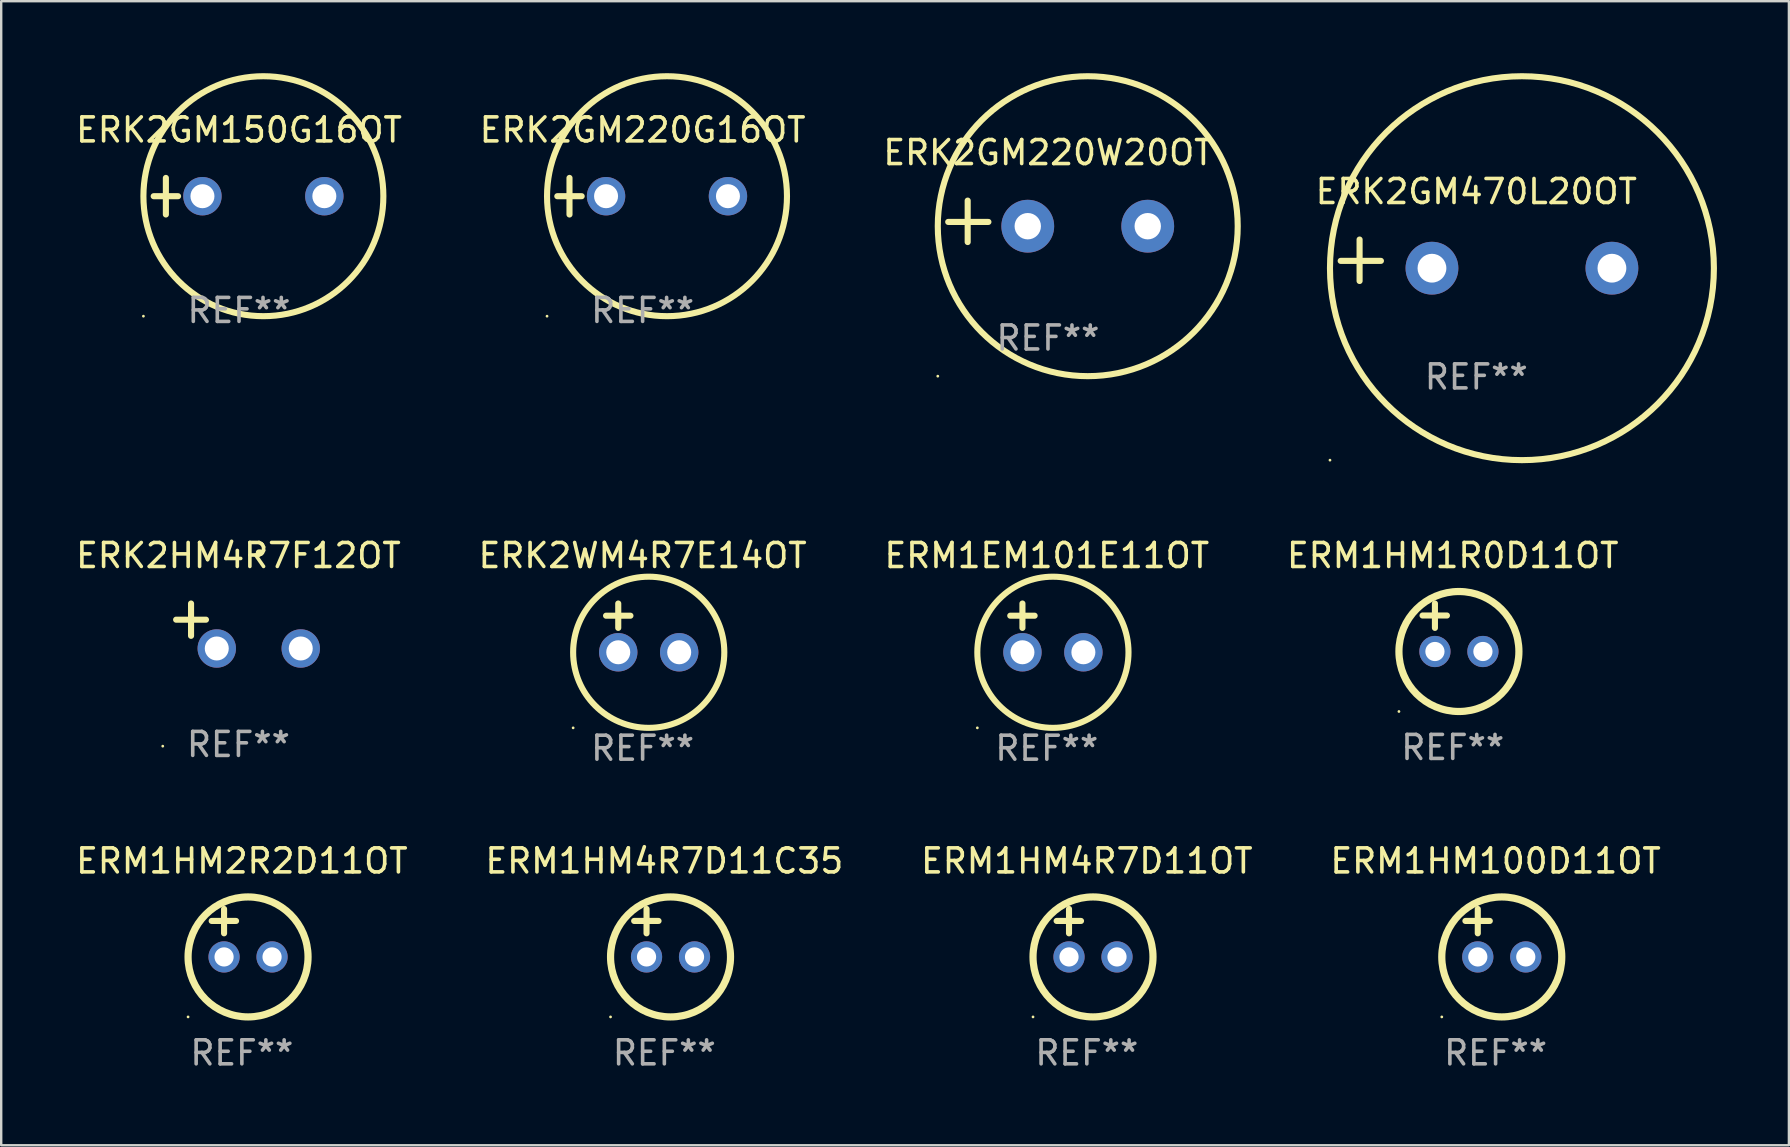
<source format=kicad_pcb>
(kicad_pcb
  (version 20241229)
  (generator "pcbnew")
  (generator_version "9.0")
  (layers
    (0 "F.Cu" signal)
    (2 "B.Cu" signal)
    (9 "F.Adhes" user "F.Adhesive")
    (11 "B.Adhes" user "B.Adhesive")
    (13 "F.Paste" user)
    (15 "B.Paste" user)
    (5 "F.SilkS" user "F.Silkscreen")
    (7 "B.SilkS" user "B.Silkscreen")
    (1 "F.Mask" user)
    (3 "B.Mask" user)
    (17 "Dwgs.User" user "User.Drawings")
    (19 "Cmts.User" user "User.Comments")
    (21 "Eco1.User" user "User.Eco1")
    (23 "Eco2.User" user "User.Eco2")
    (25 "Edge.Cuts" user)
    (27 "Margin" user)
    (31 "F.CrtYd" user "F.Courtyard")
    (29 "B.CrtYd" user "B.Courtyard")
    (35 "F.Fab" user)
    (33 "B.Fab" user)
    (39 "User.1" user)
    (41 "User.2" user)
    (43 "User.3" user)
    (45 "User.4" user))
  (footprint "ERK2GM470L20OT"
    (layer "F.Cu")
    (at 58.476 7.797)
    (property "Reference" "ERK2GM470L20OT" (at 0 -2.864 0) (layer "F.SilkS") (effects (font (size 1 1) (thickness 0.15))))
    (attr through_hole)
    (fp_line (start -4.864 0.864) (end -4.864 -0.864) (stroke (width 0.254) (type solid)) (layer "F.SilkS"))
    (fp_line (start -3.975 0.025) (end -5.652 0.025) (stroke (width 0.254) (type solid)) (layer "F.SilkS"))
    (fp_circle (center -6.098 8.33) (end -6.068 8.33) (stroke (width 0.06) (type solid)) (fill no) (layer "F.SilkS"))
    (fp_circle (center 1.902 0.33) (end 9.902 0.33) (stroke (width 0.254) (type solid)) (fill no) (layer "F.SilkS"))
    (fp_text user "REF**" (at 0 4.864 0) (layer "F.Fab") (effects (font (size 1 1) (thickness 0.15))))
    (pad "1" thru_hole circle (at -1.848 0.33) (size 2.2 2.2) (drill 1.2) (layers "*.Cu" "*.Mask"))
    (pad "2" thru_hole circle (at 5.652 0.33) (size 2.2 2.2) (drill 1.2) (layers "*.Cu" "*.Mask")))
  (footprint "ERM1EM101E11OT"
    (layer "F.Cu")
    (at 40.577 23.118)
    (property "Reference" "ERM1EM101E11OT" (at 0 -3.016 0) (layer "F.SilkS") (effects (font (size 1 1) (thickness 0.15))))
    (attr through_hole)
    (fp_line (start -1.524 -0.508) (end -0.508 -0.508) (stroke (width 0.254) (type solid)) (layer "F.SilkS"))
    (fp_line (start -1.016 -1.016) (end -1.016 0) (stroke (width 0.254) (type solid)) (layer "F.SilkS"))
    (fp_circle (center -2.896 4.166) (end -2.866 4.166) (stroke (width 0.06) (type solid)) (fill no) (layer "F.SilkS"))
    (fp_circle (center 0.254 1.016) (end 3.404 1.016) (stroke (width 0.254) (type solid)) (fill no) (layer "F.SilkS"))
    (fp_text user "REF**" (at 0 5.016 0) (layer "F.Fab") (effects (font (size 1 1) (thickness 0.15))))
    (pad "1" thru_hole circle (at -1.016 1.016) (size 1.6 1.6) (drill 1) (layers "*.Cu" "*.Mask"))
    (pad "2" thru_hole circle (at 1.524 1.016) (size 1.6 1.6) (drill 1) (layers "*.Cu" "*.Mask")))
  (footprint "ERM1HM100D11OT"
    (layer "F.Cu")
    (at 59.28 35.831)
    (property "Reference" "ERM1HM100D11OT" (at 0 -3 0) (layer "F.SilkS") (effects (font (size 1 1) (thickness 0.15))))
    (attr through_hole)
    (fp_line (start -1.258 -0.5) (end -0.242 -0.5) (stroke (width 0.254) (type solid)) (layer "F.SilkS"))
    (fp_line (start -0.742 -1) (end -0.742 0.016) (stroke (width 0.254) (type solid)) (layer "F.SilkS"))
    (fp_circle (center -2.242 3.5) (end -2.212 3.5) (stroke (width 0.06) (type solid)) (fill no) (layer "F.SilkS"))
    (fp_circle (center 0.258 1) (end 2.758 1) (stroke (width 0.3) (type solid)) (fill no) (layer "F.SilkS"))
    (fp_text user "REF**" (at 0 5 0) (layer "F.Fab") (effects (font (size 1 1) (thickness 0.15))))
    (pad "1" thru_hole circle (at -0.742 1) (size 1.3 1.3) (drill 0.8) (layers "*.Cu" "*.Mask"))
    (pad "2" thru_hole circle (at 1.258 1) (size 1.3 1.3) (drill 0.8) (layers "*.Cu" "*.Mask")))
  (footprint "ERM1HM4R7D11OT"
    (layer "F.Cu")
    (at 42.244 35.831)
    (property "Reference" "ERM1HM4R7D11OT" (at 0 -3 0) (layer "F.SilkS") (effects (font (size 1 1) (thickness 0.15))))
    (attr through_hole)
    (fp_line (start -1.258 -0.5) (end -0.242 -0.5) (stroke (width 0.254) (type solid)) (layer "F.SilkS"))
    (fp_line (start -0.742 -1) (end -0.742 0.016) (stroke (width 0.254) (type solid)) (layer "F.SilkS"))
    (fp_circle (center -2.242 3.5) (end -2.212 3.5) (stroke (width 0.06) (type solid)) (fill no) (layer "F.SilkS"))
    (fp_circle (center 0.258 1) (end 2.758 1) (stroke (width 0.3) (type solid)) (fill no) (layer "F.SilkS"))
    (fp_text user "REF**" (at 0 5 0) (layer "F.Fab") (effects (font (size 1 1) (thickness 0.15))))
    (pad "1" thru_hole circle (at -0.742 1) (size 1.3 1.3) (drill 0.8) (layers "*.Cu" "*.Mask"))
    (pad "2" thru_hole circle (at 1.258 1) (size 1.3 1.3) (drill 0.8) (layers "*.Cu" "*.Mask")))
  (footprint "ERK2GM220W20OT"
    (layer "F.Cu")
    (at 40.625 6.174)
    (property "Reference" "ERK2GM220W20OT" (at 0 -2.864 0) (layer "F.SilkS") (effects (font (size 1 1) (thickness 0.15))))
    (attr through_hole)
    (fp_line (start -3.346 0.864) (end -3.346 -0.864) (stroke (width 0.254) (type solid)) (layer "F.SilkS"))
    (fp_line (start -2.482 0.025) (end -4.158 0.025) (stroke (width 0.254) (type solid)) (layer "F.SilkS"))
    (fp_circle (center -4.592 6.453) (end -4.562 6.453) (stroke (width 0.06) (type solid)) (fill no) (layer "F.SilkS"))
    (fp_circle (center 1.658 0.203) (end 7.908 0.203) (stroke (width 0.254) (type solid)) (fill no) (layer "F.SilkS"))
    (fp_text user "REF**" (at 0 4.864 0) (layer "F.Fab") (effects (font (size 1 1) (thickness 0.15))))
    (pad "1" thru_hole circle (at -0.842 0.203) (size 2.2 2.2) (drill 1.1) (layers "*.Cu" "*.Mask"))
    (pad "2" thru_hole circle (at 4.158 0.203) (size 2.2 2.2) (drill 1.1) (layers "*.Cu" "*.Mask")))
  (footprint "ERK2GM220G16OT"
    (layer "F.Cu")
    (at 23.732 5.127)
    (property "Reference" "ERK2GM220G16OT" (at 0 -2.762 0) (layer "F.SilkS") (effects (font (size 1 1) (thickness 0.15))))
    (attr through_hole)
    (fp_line (start -3.556 0) (end -2.54 0) (stroke (width 0.254) (type solid)) (layer "F.SilkS"))
    (fp_line (start -3.048 -0.762) (end -3.048 0.762) (stroke (width 0.254) (type solid)) (layer "F.SilkS"))
    (fp_circle (center -3.984 5) (end -3.954 5) (stroke (width 0.06) (type solid)) (fill no) (layer "F.SilkS"))
    (fp_circle (center 1.016 0) (end 6.016 0) (stroke (width 0.254) (type solid)) (fill no) (layer "F.SilkS"))
    (fp_text user "REF**" (at 0 4.762 0) (layer "F.Fab") (effects (font (size 1 1) (thickness 0.15))))
    (pad "1" thru_hole circle (at -1.524 0) (size 1.6 1.6) (drill 1) (layers "*.Cu" "*.Mask"))
    (pad "2" thru_hole circle (at 3.556 0) (size 1.6 1.6) (drill 1) (layers "*.Cu" "*.Mask")))
  (footprint "ERM1HM1R0D11OT"
    (layer "F.Cu")
    (at 57.494 23.102)
    (property "Reference" "ERM1HM1R0D11OT" (at 0 -3 0) (layer "F.SilkS") (effects (font (size 1 1) (thickness 0.15))))
    (attr through_hole)
    (fp_line (start -1.258 -0.5) (end -0.242 -0.5) (stroke (width 0.254) (type solid)) (layer "F.SilkS"))
    (fp_line (start -0.742 -1) (end -0.742 0.016) (stroke (width 0.254) (type solid)) (layer "F.SilkS"))
    (fp_circle (center -2.242 3.5) (end -2.212 3.5) (stroke (width 0.06) (type solid)) (fill no) (layer "F.SilkS"))
    (fp_circle (center 0.258 1) (end 2.758 1) (stroke (width 0.3) (type solid)) (fill no) (layer "F.SilkS"))
    (fp_text user "REF**" (at 0 5 0) (layer "F.Fab") (effects (font (size 1 1) (thickness 0.15))))
    (pad "1" thru_hole circle (at -0.742 1) (size 1.3 1.3) (drill 0.8) (layers "*.Cu" "*.Mask"))
    (pad "2" thru_hole circle (at 1.258 1) (size 1.3 1.3) (drill 0.8) (layers "*.Cu" "*.Mask")))
  (footprint "ERK2WM4R7E14OT"
    (layer "F.Cu")
    (at 23.732 23.118)
    (property "Reference" "ERK2WM4R7E14OT" (at 0 -3.016 0) (layer "F.SilkS") (effects (font (size 1 1) (thickness 0.15))))
    (attr through_hole)
    (fp_line (start -1.524 -0.508) (end -0.508 -0.508) (stroke (width 0.254) (type solid)) (layer "F.SilkS"))
    (fp_line (start -1.016 -1.016) (end -1.016 0) (stroke (width 0.254) (type solid)) (layer "F.SilkS"))
    (fp_circle (center -2.896 4.166) (end -2.866 4.166) (stroke (width 0.06) (type solid)) (fill no) (layer "F.SilkS"))
    (fp_circle (center 0.254 1.016) (end 3.404 1.016) (stroke (width 0.254) (type solid)) (fill no) (layer "F.SilkS"))
    (fp_text user "REF**" (at 0 5.016 0) (layer "F.Fab") (effects (font (size 1 1) (thickness 0.15))))
    (pad "1" thru_hole circle (at -1.016 1.016) (size 1.6 1.6) (drill 1) (layers "*.Cu" "*.Mask"))
    (pad "2" thru_hole circle (at 1.524 1.016) (size 1.6 1.6) (drill 1) (layers "*.Cu" "*.Mask")))
  (footprint "ERM1HM4R7D11C35"
    (layer "F.Cu")
    (at 24.637 35.831)
    (property "Reference" "ERM1HM4R7D11C35" (at 0 -3 0) (layer "F.SilkS") (effects (font (size 1 1) (thickness 0.15))))
    (attr through_hole)
    (fp_line (start -1.258 -0.5) (end -0.242 -0.5) (stroke (width 0.254) (type solid)) (layer "F.SilkS"))
    (fp_line (start -0.742 -1) (end -0.742 0.016) (stroke (width 0.254) (type solid)) (layer "F.SilkS"))
    (fp_circle (center -2.242 3.5) (end -2.212 3.5) (stroke (width 0.06) (type solid)) (fill no) (layer "F.SilkS"))
    (fp_circle (center 0.258 1) (end 2.758 1) (stroke (width 0.3) (type solid)) (fill no) (layer "F.SilkS"))
    (fp_text user "REF**" (at 0 5 0) (layer "F.Fab") (effects (font (size 1 1) (thickness 0.15))))
    (pad "1" thru_hole circle (at -0.742 1) (size 1.3 1.3) (drill 0.8) (layers "*.Cu" "*.Mask"))
    (pad "2" thru_hole circle (at 1.258 1) (size 1.3 1.3) (drill 0.8) (layers "*.Cu" "*.Mask")))
  (footprint "ERK2GM150G16OT"
    (layer "F.Cu")
    (at 6.911 5.127)
    (property "Reference" "ERK2GM150G16OT" (at 0 -2.762 0) (layer "F.SilkS") (effects (font (size 1 1) (thickness 0.15))))
    (attr through_hole)
    (fp_line (start -3.556 0) (end -2.54 0) (stroke (width 0.254) (type solid)) (layer "F.SilkS"))
    (fp_line (start -3.048 -0.762) (end -3.048 0.762) (stroke (width 0.254) (type solid)) (layer "F.SilkS"))
    (fp_circle (center -3.984 5) (end -3.954 5) (stroke (width 0.06) (type solid)) (fill no) (layer "F.SilkS"))
    (fp_circle (center 1.016 0) (end 6.016 0) (stroke (width 0.254) (type solid)) (fill no) (layer "F.SilkS"))
    (fp_text user "REF**" (at 0 4.762 0) (layer "F.Fab") (effects (font (size 1 1) (thickness 0.15))))
    (pad "1" thru_hole circle (at -1.524 0) (size 1.6 1.6) (drill 1) (layers "*.Cu" "*.Mask"))
    (pad "2" thru_hole circle (at 3.556 0) (size 1.6 1.6) (drill 1) (layers "*.Cu" "*.Mask")))
  (footprint "ERM1HM2R2D11OT"
    (layer "F.Cu")
    (at 7.03 35.831)
    (property "Reference" "ERM1HM2R2D11OT" (at 0 -3 0) (layer "F.SilkS") (effects (font (size 1 1) (thickness 0.15))))
    (attr through_hole)
    (fp_line (start -1.258 -0.5) (end -0.242 -0.5) (stroke (width 0.254) (type solid)) (layer "F.SilkS"))
    (fp_line (start -0.742 -1) (end -0.742 0.016) (stroke (width 0.254) (type solid)) (layer "F.SilkS"))
    (fp_circle (center -2.242 3.5) (end -2.212 3.5) (stroke (width 0.06) (type solid)) (fill no) (layer "F.SilkS"))
    (fp_circle (center 0.258 1) (end 2.758 1) (stroke (width 0.3) (type solid)) (fill no) (layer "F.SilkS"))
    (fp_text user "REF**" (at 0 5 0) (layer "F.Fab") (effects (font (size 1 1) (thickness 0.15))))
    (pad "1" thru_hole circle (at -0.742 1) (size 1.3 1.3) (drill 0.8) (layers "*.Cu" "*.Mask"))
    (pad "2" thru_hole circle (at 1.258 1) (size 1.3 1.3) (drill 0.8) (layers "*.Cu" "*.Mask")))
  (footprint "ERK2HM4R7F12OT"
    (layer "F.Cu")
    (at 6.887 23.039)
    (property "Reference" "ERK2HM4R7F12OT" (at 0 -2.937 0) (layer "F.SilkS") (effects (font (size 1 1) (thickness 0.15))))
    (attr through_hole)
    (fp_line (start -1.975 0.41) (end -1.975 -0.937) (stroke (width 0.254) (type solid)) (layer "F.SilkS"))
    (fp_line (start -1.353 -0.263) (end -2.597 -0.263) (stroke (width 0.254) (type solid)) (layer "F.SilkS"))
    (fp_arc (start 0.849809 -3.063957) (mid 0.885369 -3.064114) (end 0.920929 -3.063957) (stroke (width 0.254001) (type solid)) (layer "F.SilkS"))
    (fp_circle (center -3.154 5.008) (end -3.124 5.008) (stroke (width 0.06) (type solid)) (fill no) (layer "F.SilkS"))
    (fp_text user "REF**" (at 0 4.937 0) (layer "F.Fab") (effects (font (size 1 1) (thickness 0.15))))
    (pad "1" thru_hole circle (at -0.903 0.937) (size 1.6 1.6) (drill 1) (layers "*.Cu" "*.Mask"))
    (pad "2" thru_hole circle (at 2.597 0.937) (size 1.6 1.6) (drill 1) (layers "*.Cu" "*.Mask")))
  (gr_rect
    (start -3 -3)
    (end 71.504 44.679)
    (stroke (width 0.1) (type default))
    (fill no)
    (layer "Edge.Cuts")))
</source>
